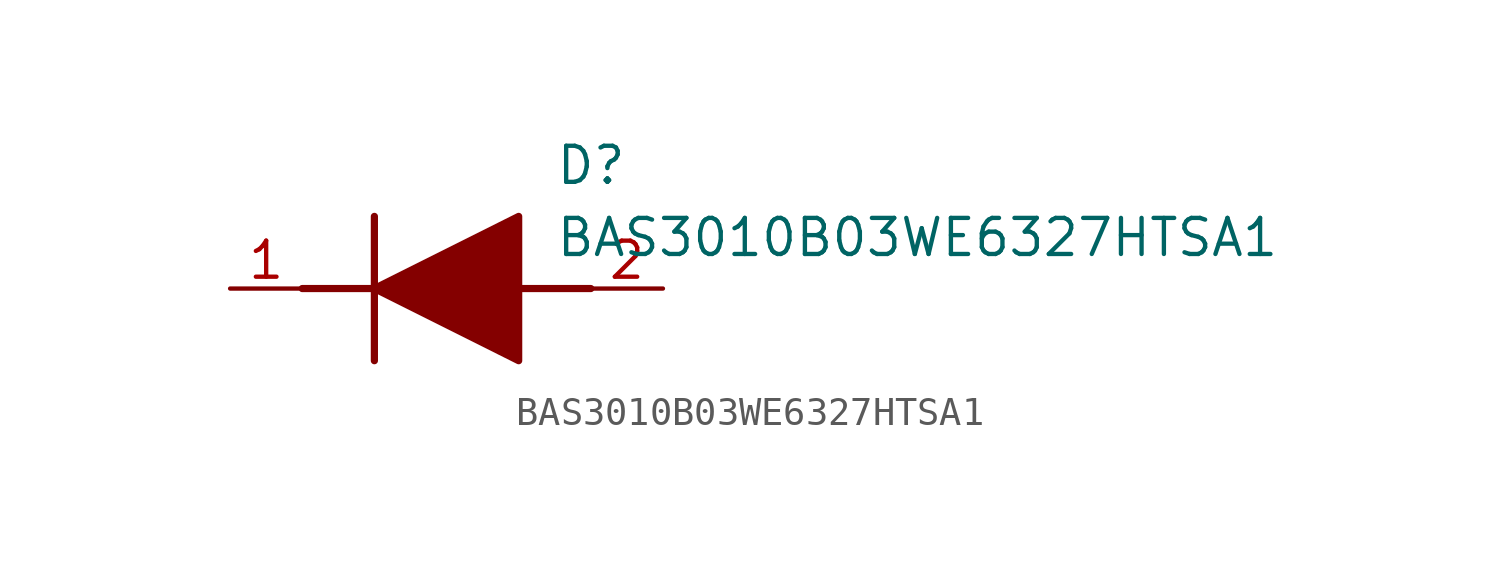
<source format=kicad_sym>
(kicad_symbol_lib
  (version 20211014)
  (generator SamacSys_ECAD_Model)
  (symbol "BAS3010B03WE6327HTSA1"
    (pin_names hide)
    (property "Reference" "D"
      (at 11.43 5.08 0)
      (effects (font (size 1.27 1.27)) (justify left top)))
    (property "Value" "BAS3010B03WE6327HTSA1"
      (at 11.43 2.54 0)
      (effects (font (size 1.27 1.27)) (justify left top)))
    (polyline
      (pts (xy 5.08 2.54) (xy 5.08 -2.54))
      (stroke (width 0.254) (type default))
      (fill (type none)))
    (polyline
      (pts (xy 2.54 0) (xy 5.08 0))
      (stroke (width 0.254) (type default))
      (fill (type none)))
    (polyline
      (pts (xy 10.16 0) (xy 12.7 0))
      (stroke (width 0.254) (type default))
      (fill (type none)))
    (polyline
      (pts (xy 5.08 0) (xy 10.16 2.54) (xy 10.16 -2.54) (xy 5.08 0))
      (stroke (width 0.254) (type default))
      (fill (type outline)))
    (pin passive line
      (at 0 0 0)
      (length 2.54)
      (name "K" (effects (font (size 1.27 1.27))))
      (number "1" (effects (font (size 1.27 1.27)))))
    (pin passive line
      (at 15.24 0 180)
      (length 2.54)
      (name "A" (effects (font (size 1.27 1.27))))
      (number "2" (effects (font (size 1.27 1.27)))))))
</source>
